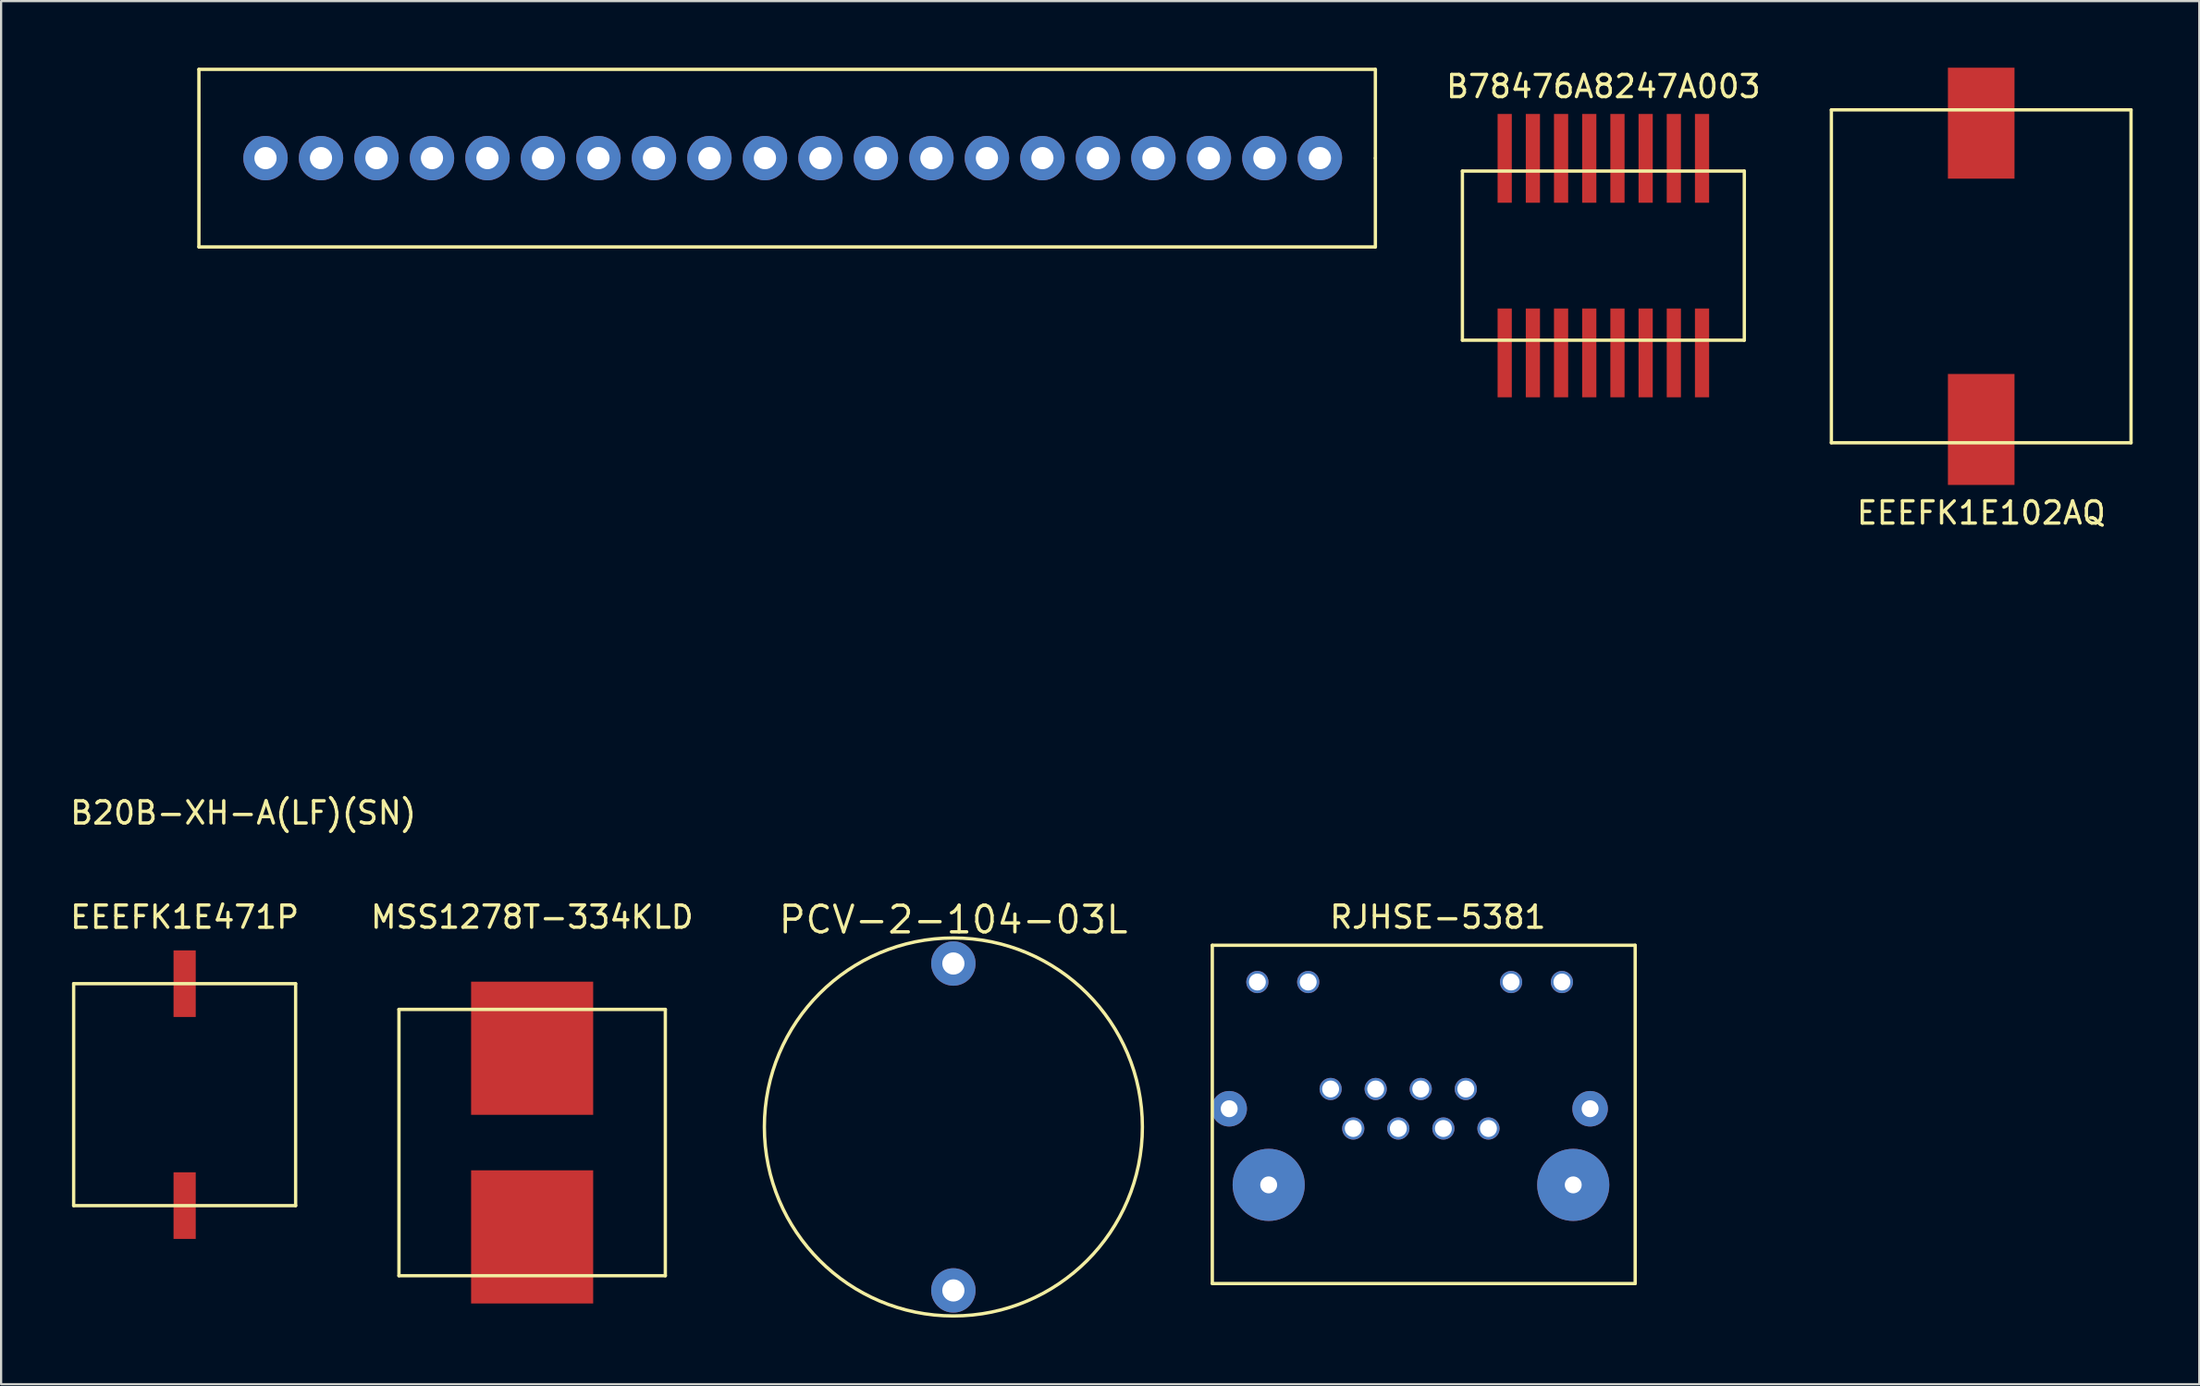
<source format=kicad_pcb>
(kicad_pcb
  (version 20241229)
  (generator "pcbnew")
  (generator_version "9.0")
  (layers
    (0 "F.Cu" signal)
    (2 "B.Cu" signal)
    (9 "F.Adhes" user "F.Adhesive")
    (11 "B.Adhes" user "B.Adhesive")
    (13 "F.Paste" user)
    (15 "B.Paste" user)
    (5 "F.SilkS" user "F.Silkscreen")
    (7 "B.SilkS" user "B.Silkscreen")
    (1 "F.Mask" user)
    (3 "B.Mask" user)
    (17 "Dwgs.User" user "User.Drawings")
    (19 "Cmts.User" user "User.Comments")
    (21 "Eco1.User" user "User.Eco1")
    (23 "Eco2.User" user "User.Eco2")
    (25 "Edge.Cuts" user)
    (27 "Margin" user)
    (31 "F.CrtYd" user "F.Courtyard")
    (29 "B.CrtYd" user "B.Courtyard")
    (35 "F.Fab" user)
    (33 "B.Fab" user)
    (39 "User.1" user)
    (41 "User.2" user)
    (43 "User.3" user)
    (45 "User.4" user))
  (footprint "B20B-XH-A(LF)(SN)"
    (layer "F.Cu")
    (at 8.911 4.075)
    (property "Reference" "B20B-XH-A(LF)(SN)" (at -1 29.5 0) (layer "F.SilkS") (effects (font (size 1 1) (thickness 0.15))))
    (attr through_hole)
    (fp_line (start -3 -4) (end -3 4) (stroke (width 0.15) (type solid)) (layer "F.SilkS"))
    (fp_line (start -3 4) (end 50 4) (stroke (width 0.15) (type solid)) (layer "F.SilkS"))
    (fp_line (start 50 -4) (end -3 -4) (stroke (width 0.15) (type solid)) (layer "F.SilkS"))
    (fp_line (start 50 0) (end 50 -4) (stroke (width 0.15) (type solid)) (layer "F.SilkS"))
    (fp_line (start 50 4) (end 50 0) (stroke (width 0.15) (type solid)) (layer "F.SilkS"))
    (pad "1" thru_hole circle (at 0 0) (size 2 2) (drill 1) (layers "*.Cu" "*.Mask"))
    (pad "2" thru_hole circle (at 2.5 0) (size 2 2) (drill 1) (layers "*.Cu" "*.Mask"))
    (pad "3" thru_hole circle (at 5 0) (size 2 2) (drill 1) (layers "*.Cu" "*.Mask"))
    (pad "4" thru_hole circle (at 7.5 0) (size 2 2) (drill 1) (layers "*.Cu" "*.Mask"))
    (pad "5" thru_hole circle (at 10 0) (size 2 2) (drill 1) (layers "*.Cu" "*.Mask"))
    (pad "6" thru_hole circle (at 12.5 0) (size 2 2) (drill 1) (layers "*.Cu" "*.Mask"))
    (pad "7" thru_hole circle (at 15 0) (size 2 2) (drill 1) (layers "*.Cu" "*.Mask"))
    (pad "8" thru_hole circle (at 17.5 0) (size 2 2) (drill 1) (layers "*.Cu" "*.Mask"))
    (pad "9" thru_hole circle (at 20 0) (size 2 2) (drill 1) (layers "*.Cu" "*.Mask"))
    (pad "10" thru_hole circle (at 22.5 0) (size 2 2) (drill 1) (layers "*.Cu" "*.Mask"))
    (pad "11" thru_hole circle (at 25 0) (size 2 2) (drill 1) (layers "*.Cu" "*.Mask"))
    (pad "12" thru_hole circle (at 27.5 0) (size 2 2) (drill 1) (layers "*.Cu" "*.Mask"))
    (pad "13" thru_hole circle (at 30 0) (size 2 2) (drill 1) (layers "*.Cu" "*.Mask"))
    (pad "14" thru_hole circle (at 32.5 0) (size 2 2) (drill 1) (layers "*.Cu" "*.Mask"))
    (pad "15" thru_hole circle (at 35 0) (size 2 2) (drill 1) (layers "*.Cu" "*.Mask"))
    (pad "16" thru_hole circle (at 37.5 0) (size 2 2) (drill 1) (layers "*.Cu" "*.Mask"))
    (pad "17" thru_hole circle (at 40 0) (size 2 2) (drill 1) (layers "*.Cu" "*.Mask"))
    (pad "18" thru_hole circle (at 42.5 0) (size 2 2) (drill 1) (layers "*.Cu" "*.Mask"))
    (pad "19" thru_hole circle (at 45 0) (size 2 2) (drill 1) (layers "*.Cu" "*.Mask"))
    (pad "20" thru_hole circle (at 47.5 0) (size 2 2) (drill 1) (layers "*.Cu" "*.Mask")))
  (footprint "B78476A8247A003"
    (layer "F.Cu")
    (at 69.182 8.468)
    (property "Reference" "B78476A8247A003" (at 0 -7.62 0) (layer "F.SilkS") (effects (font (size 1 1) (thickness 0.15))))
    (attr through_hole)
    (fp_line (start -6.35 -3.81) (end -6.35 3.81) (stroke (width 0.15) (type solid)) (layer "F.SilkS"))
    (fp_line (start -6.35 3.81) (end 6.35 3.81) (stroke (width 0.15) (type solid)) (layer "F.SilkS"))
    (fp_line (start 6.35 -3.81) (end -6.35 -3.81) (stroke (width 0.15) (type solid)) (layer "F.SilkS"))
    (fp_line (start 6.35 3.81) (end 6.35 -3.81) (stroke (width 0.15) (type solid)) (layer "F.SilkS"))
    (pad "1" smd rect (at -4.445 4.383) (size 0.64 4) (layers "F.Cu" "F.Mask" "F.Paste"))
    (pad "2" smd rect (at -3.175 4.383) (size 0.64 4) (layers "F.Cu" "F.Mask" "F.Paste"))
    (pad "3" smd rect (at -1.905 4.383) (size 0.64 4) (layers "F.Cu" "F.Mask" "F.Paste"))
    (pad "4" smd rect (at -0.635 4.383) (size 0.64 4) (layers "F.Cu" "F.Mask" "F.Paste"))
    (pad "5" smd rect (at 0.635 4.383) (size 0.64 4) (layers "F.Cu" "F.Mask" "F.Paste"))
    (pad "6" smd rect (at 1.905 4.383) (size 0.64 4) (layers "F.Cu" "F.Mask" "F.Paste"))
    (pad "7" smd rect (at 3.175 4.383) (size 0.64 4) (layers "F.Cu" "F.Mask" "F.Paste"))
    (pad "8" smd rect (at 4.445 4.383) (size 0.64 4) (layers "F.Cu" "F.Mask" "F.Paste"))
    (pad "9" smd rect (at 4.445 -4.383) (size 0.64 4) (layers "F.Cu" "F.Mask" "F.Paste"))
    (pad "10" smd rect (at 3.175 -4.383) (size 0.64 4) (layers "F.Cu" "F.Mask" "F.Paste"))
    (pad "11" smd rect (at 1.905 -4.383) (size 0.64 4) (layers "F.Cu" "F.Mask" "F.Paste"))
    (pad "12" smd rect (at 0.635 -4.383) (size 0.64 4) (layers "F.Cu" "F.Mask" "F.Paste"))
    (pad "13" smd rect (at -0.635 -4.383) (size 0.64 4) (layers "F.Cu" "F.Mask" "F.Paste"))
    (pad "14" smd rect (at -1.905 -4.383) (size 0.64 4) (layers "F.Cu" "F.Mask" "F.Paste"))
    (pad "15" smd rect (at -3.175 -4.383) (size 0.64 4) (layers "F.Cu" "F.Mask" "F.Paste"))
    (pad "16" smd rect (at -4.445 -4.383) (size 0.64 4) (layers "F.Cu" "F.Mask" "F.Paste")))
  (footprint "EEEFK1E471P"
    (layer "F.Cu")
    (at 5.268 46.272)
    (property "Reference" "EEEFK1E471P" (at 0 -8 0) (layer "F.SilkS") (effects (font (size 1 1) (thickness 0.15))))
    (attr through_hole)
    (fp_line (start -5 -5) (end -5 5) (stroke (width 0.15) (type solid)) (layer "F.SilkS"))
    (fp_line (start -5 -5) (end 5 -5) (stroke (width 0.15) (type solid)) (layer "F.SilkS"))
    (fp_line (start -5 5) (end 5 5) (stroke (width 0.15) (type solid)) (layer "F.SilkS"))
    (fp_line (start 5 5) (end 5 -5) (stroke (width 0.15) (type solid)) (layer "F.SilkS"))
    (pad "1" smd rect (at 0 -5) (size 1 3) (layers "F.Cu" "F.Mask" "F.Paste"))
    (pad "2" smd rect (at 0 5) (size 1 3) (layers "F.Cu" "F.Mask" "F.Paste")))
  (footprint "EEEFK1E102AQ"
    (layer "F.Cu")
    (at 86.204 9.4)
    (property "Reference" "EEEFK1E102AQ" (at 0 10.66 0) (layer "F.SilkS") (effects (font (size 1 1) (thickness 0.15))))
    (attr through_hole)
    (fp_line (start -6.75 -7.5) (end 6.75 -7.5) (stroke (width 0.15) (type solid)) (layer "F.SilkS"))
    (fp_line (start -6.75 7.5) (end -6.75 -7.5) (stroke (width 0.15) (type solid)) (layer "F.SilkS"))
    (fp_line (start 6.75 7.5) (end -6.75 7.5) (stroke (width 0.15) (type solid)) (layer "F.SilkS"))
    (fp_line (start 6.75 7.5) (end 6.75 -7.5) (stroke (width 0.15) (type solid)) (layer "F.SilkS"))
    (pad "1" smd rect (at 0 -6.9) (size 3 5) (layers "F.Cu" "F.Mask" "F.Paste"))
    (pad "2" smd rect (at 0 6.9) (size 3 5) (layers "F.Cu" "F.Mask" "F.Paste")))
  (footprint "RJHSE-5381"
    (layer "F.Cu")
    (at 54.105 50.337)
    (property "Reference" "RJHSE-5381" (at 7.62 -12.065 0) (layer "F.SilkS") (effects (font (size 1 1) (thickness 0.15))))
    (attr through_hole)
    (fp_line (start -2.54 -10.795) (end -2.54 4.445) (stroke (width 0.15) (type solid)) (layer "F.SilkS"))
    (fp_line (start -2.54 -10.795) (end 16.51 -10.795) (stroke (width 0.15) (type solid)) (layer "F.SilkS"))
    (fp_line (start -2.54 4.445) (end 16.51 4.445) (stroke (width 0.15) (type solid)) (layer "F.SilkS"))
    (fp_line (start 16.51 -10.795) (end 16.51 4.445) (stroke (width 0.15) (type solid)) (layer "F.SilkS"))
    (pad "" np_thru_hole circle (at -1.78 -3.43) (size 1.6 1.6) (drill 0.762) (layers "*.Cu" "*.Mask"))
    (pad "" np_thru_hole circle (at 0 0) (size 3.25 3.25) (drill 0.762) (layers "*.Cu" "*.Mask"))
    (pad "" np_thru_hole circle (at 13.72 0) (size 3.25 3.25) (drill 0.762) (layers "*.Cu" "*.Mask"))
    (pad "" np_thru_hole circle (at 14.48 -3.43) (size 1.6 1.6) (drill 0.762) (layers "*.Cu" "*.Mask"))
    (pad "1" thru_hole circle (at 9.9 -2.54) (size 1 1) (drill 0.762) (layers "*.Cu" "*.Mask"))
    (pad "2" thru_hole circle (at 8.88 -4.32) (size 1 1) (drill 0.762) (layers "*.Cu" "*.Mask"))
    (pad "3" thru_hole circle (at 7.87 -2.54) (size 1 1) (drill 0.762) (layers "*.Cu" "*.Mask"))
    (pad "4" thru_hole circle (at 6.85 -4.32) (size 1 1) (drill 0.762) (layers "*.Cu" "*.Mask"))
    (pad "5" thru_hole circle (at 5.84 -2.54) (size 1 1) (drill 0.762) (layers "*.Cu" "*.Mask"))
    (pad "6" thru_hole circle (at 4.82 -4.32) (size 1 1) (drill 0.762) (layers "*.Cu" "*.Mask"))
    (pad "7" thru_hole circle (at 3.81 -2.54) (size 1 1) (drill 0.762) (layers "*.Cu" "*.Mask"))
    (pad "8" thru_hole circle (at 2.79 -4.32) (size 1 1) (drill 0.762) (layers "*.Cu" "*.Mask"))
    (pad "9" thru_hole circle (at 13.21 -9.14) (size 1 1) (drill 0.762) (layers "*.Cu" "*.Mask"))
    (pad "10" thru_hole circle (at 10.92 -9.14) (size 1 1) (drill 0.762) (layers "*.Cu" "*.Mask"))
    (pad "11" thru_hole circle (at 1.78 -9.14) (size 1 1) (drill 0.762) (layers "*.Cu" "*.Mask"))
    (pad "12" thru_hole circle (at -0.51 -9.14) (size 1 1) (drill 0.762) (layers "*.Cu" "*.Mask")))
  (footprint "MSS1278T-334KLD"
    (layer "F.Cu")
    (at 20.923 48.431)
    (property "Reference" "MSS1278T-334KLD" (at 0 -10.16 0) (layer "F.SilkS") (effects (font (size 1 1) (thickness 0.15))))
    (attr through_hole)
    (fp_line (start -6 -6) (end -6 6) (stroke (width 0.15) (type solid)) (layer "F.SilkS"))
    (fp_line (start -6 -6) (end 6 -6) (stroke (width 0.15) (type solid)) (layer "F.SilkS"))
    (fp_line (start -6 6) (end 6 6) (stroke (width 0.15) (type solid)) (layer "F.SilkS"))
    (fp_line (start 6 6) (end 6 -6) (stroke (width 0.15) (type solid)) (layer "F.SilkS"))
    (pad "1" smd rect (at 0 4.25) (size 5.5 6) (layers "F.Cu" "F.Mask" "F.Paste"))
    (pad "2" smd rect (at 0 -4.25) (size 5.5 6) (layers "F.Cu" "F.Mask" "F.Paste")))
  (footprint "PCV-2-104-03L"
    (layer "F.Cu")
    (at 39.9 47.728)
    (property "Reference" "PCV-2-104-03L" (at 0 -9.34 0) (layer "F.SilkS") (effects (font (size 1.2 1.2) (thickness 0.15))))
    (attr through_hole)
    (fp_circle (center 0 0) (end 0 8.515) (stroke (width 0.15) (type solid)) (fill no) (layer "F.SilkS"))
    (pad "1" thru_hole oval (at 0 -7.365) (size 2 2) (drill 1) (layers "*.Cu" "*.Mask"))
    (pad "2" thru_hole oval (at 0 7.365) (size 2 2) (drill 1) (layers "*.Cu" "*.Mask")))
  (gr_rect
    (start -3 -3)
    (end 96.029 59.319)
    (stroke (width 0.1) (type default))
    (fill no)
    (layer "Edge.Cuts")))
</source>
